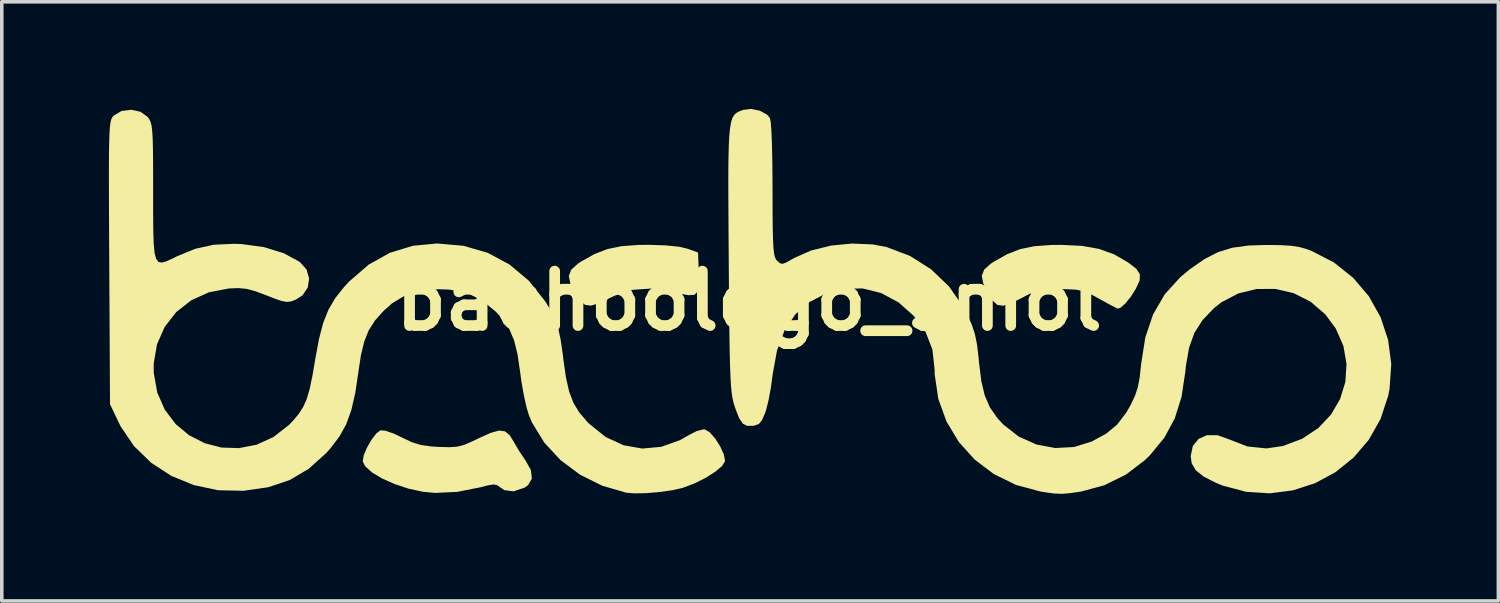
<source format=kicad_pcb>
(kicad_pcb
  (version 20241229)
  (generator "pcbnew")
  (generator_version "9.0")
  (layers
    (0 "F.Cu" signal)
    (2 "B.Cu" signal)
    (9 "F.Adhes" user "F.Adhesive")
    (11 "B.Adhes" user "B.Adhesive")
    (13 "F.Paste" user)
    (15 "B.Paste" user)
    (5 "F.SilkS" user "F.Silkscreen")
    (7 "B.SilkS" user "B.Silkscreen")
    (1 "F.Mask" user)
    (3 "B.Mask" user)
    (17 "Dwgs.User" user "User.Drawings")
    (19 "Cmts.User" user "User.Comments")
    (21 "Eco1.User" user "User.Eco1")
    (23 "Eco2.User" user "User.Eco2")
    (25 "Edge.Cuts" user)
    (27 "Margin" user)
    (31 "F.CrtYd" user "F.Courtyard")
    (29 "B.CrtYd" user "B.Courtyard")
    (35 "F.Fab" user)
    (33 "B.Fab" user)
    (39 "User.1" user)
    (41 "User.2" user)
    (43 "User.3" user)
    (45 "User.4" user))
  (footprint "bachoologo_smol"
    (layer "F.Cu")
    (at 17.928 5.378)
    (property "Reference" "bachoologo_smol" (at 0 0 0) (layer "F.SilkS") (effects (font (size 1.524 1.524) (thickness 0.3))))
    (attr board_only exclude_from_pos_files exclude_from_bom)
    (fp_poly (pts (xy -2.335 -1.556) (xy -1.957 -1.517) (xy -1.72 -1.461) (xy -1.427 -1.354) (xy -1.406 -0.786) (xy -1.402 -0.468) (xy -1.434 -0.269) (xy -1.526 -0.172) (xy -1.701 -0.16) (xy -1.982 -0.215) (xy -2.136 -0.255) (xy -2.715 -0.348) (xy -3.25 -0.312) (xy -3.771 -0.143) (xy -3.907 -0.077) (xy -4.216 0.07) (xy -4.434 0.133) (xy -4.595 0.108) (xy -4.73 -0.009) (xy -4.85 -0.186) (xy -5.002 -0.478) (xy -5.047 -0.698) (xy -4.978 -0.876) (xy -4.792 -1.043) (xy -4.711 -1.097) (xy -4.337 -1.308) (xy -3.973 -1.45) (xy -3.574 -1.533) (xy -3.099 -1.568) (xy -2.818 -1.571)) (stroke (width 0) (type solid)) (fill yes) (layer "F.SilkS"))
    (fp_poly (pts (xy 9.327 -1.541) (xy 9.807 -1.456) (xy 10.226 -1.304) (xy 10.618 -1.077) (xy 10.844 -0.903) (xy 10.947 -0.75) (xy 10.942 -0.578) (xy 10.84 -0.351) (xy 10.691 -0.114) (xy 10.533 0.08) (xy 10.395 0.196) (xy 10.331 0.215) (xy 10.249 0.178) (xy 10.075 0.088) (xy 9.845 -0.039) (xy 9.809 -0.06) (xy 9.561 -0.194) (xy 9.366 -0.274) (xy 9.166 -0.314) (xy 8.908 -0.328) (xy 8.711 -0.329) (xy 8.387 -0.324) (xy 8.156 -0.299) (xy 7.961 -0.243) (xy 7.749 -0.142) (xy 7.655 -0.091) (xy 7.343 0.066) (xy 7.121 0.135) (xy 6.957 0.112) (xy 6.823 -0.006) (xy 6.704 -0.192) (xy 6.561 -0.486) (xy 6.52 -0.703) (xy 6.586 -0.876) (xy 6.765 -1.038) (xy 6.855 -1.097) (xy 7.228 -1.308) (xy 7.592 -1.45) (xy 7.989 -1.532) (xy 8.463 -1.567) (xy 8.747 -1.57)) (stroke (width 0) (type solid)) (fill yes) (layer "F.SilkS"))
    (fp_poly (pts (xy -10.182 3.635) (xy -9.952 3.715) (xy -9.728 3.822) (xy -9.444 3.957) (xy -9.189 4.036) (xy -8.896 4.076) (xy -8.691 4.089) (xy -8.392 4.097) (xy -8.172 4.082) (xy -7.973 4.03) (xy -7.737 3.928) (xy -7.569 3.846) (xy -7.239 3.697) (xy -7.003 3.631) (xy -6.832 3.653) (xy -6.7 3.764) (xy -6.592 3.94) (xy -6.45 4.185) (xy -6.285 4.432) (xy -6.264 4.461) (xy -6.108 4.74) (xy -6.082 4.977) (xy -6.188 5.161) (xy -6.291 5.232) (xy -6.595 5.334) (xy -6.847 5.301) (xy -6.965 5.224) (xy -7.052 5.16) (xy -7.152 5.14) (xy -7.31 5.165) (xy -7.52 5.219) (xy -8.17 5.348) (xy -8.792 5.377) (xy -9.129 5.346) (xy -9.535 5.258) (xy -9.927 5.129) (xy -10.279 4.972) (xy -10.563 4.801) (xy -10.752 4.629) (xy -10.818 4.495) (xy -10.793 4.332) (xy -10.703 4.114) (xy -10.575 3.89) (xy -10.437 3.71) (xy -10.323 3.624)) (stroke (width 0) (type solid)) (fill yes) (layer "F.SilkS"))
    (fp_poly (pts (xy -17.044 -5.298) (xy -16.844 -5.155) (xy -16.841 -5.151) (xy -16.795 -5.085) (xy -16.759 -5.009) (xy -16.732 -4.903) (xy -16.714 -4.749) (xy -16.701 -4.53) (xy -16.694 -4.225) (xy -16.69 -3.817) (xy -16.689 -3.288) (xy -16.689 -3.068) (xy -16.689 -2.45) (xy -16.685 -1.966) (xy -16.673 -1.601) (xy -16.648 -1.342) (xy -16.604 -1.177) (xy -16.539 -1.092) (xy -16.445 -1.074) (xy -16.32 -1.108) (xy -16.157 -1.183) (xy -16.035 -1.244) (xy -15.513 -1.459) (xy -14.988 -1.574) (xy -14.408 -1.6) (xy -14.209 -1.592) (xy -13.585 -1.507) (xy -13.031 -1.336) (xy -12.583 -1.093) (xy -12.393 -0.881) (xy -12.32 -0.628) (xy -12.359 -0.373) (xy -12.508 -0.154) (xy -12.696 -0.034) (xy -12.829 0.015) (xy -12.951 0.028) (xy -13.1 -0.001) (xy -13.317 -0.077) (xy -13.517 -0.156) (xy -13.831 -0.273) (xy -14.072 -0.338) (xy -14.299 -0.359) (xy -14.564 -0.349) (xy -15.126 -0.242) (xy -15.624 -0.016) (xy -16.041 0.312) (xy -16.365 0.727) (xy -16.58 1.212) (xy -16.673 1.752) (xy -16.672 2.013) (xy -16.573 2.567) (xy -16.362 3.048) (xy -16.058 3.449) (xy -15.68 3.763) (xy -15.246 3.985) (xy -14.775 4.107) (xy -14.284 4.123) (xy -13.793 4.028) (xy -13.321 3.813) (xy -12.885 3.474) (xy -12.778 3.363) (xy -12.614 3.167) (xy -12.488 2.974) (xy -12.389 2.752) (xy -12.307 2.473) (xy -12.23 2.108) (xy -12.149 1.633) (xy -12.045 1.07) (xy -11.927 0.619) (xy -11.78 0.248) (xy -11.589 -0.078) (xy -11.339 -0.392) (xy -11.198 -0.545) (xy -10.656 -1.014) (xy -10.061 -1.347) (xy -9.411 -1.545) (xy -8.733 -1.609) (xy -7.996 -1.544) (xy -7.319 -1.347) (xy -6.709 -1.021) (xy -6.171 -0.569) (xy -5.713 0.004) (xy -5.696 0.03) (xy -5.538 0.289) (xy -5.424 0.526) (xy -5.34 0.781) (xy -5.275 1.091) (xy -5.216 1.497) (xy -5.198 1.647) (xy -5.126 2.15) (xy -5.037 2.541) (xy -4.918 2.854) (xy -4.755 3.123) (xy -4.533 3.383) (xy -4.471 3.446) (xy -4.012 3.813) (xy -3.513 4.043) (xy -2.989 4.135) (xy -2.455 4.086) (xy -1.926 3.896) (xy -1.671 3.75) (xy -1.466 3.646) (xy -1.281 3.598) (xy -1.237 3.599) (xy -1.102 3.678) (xy -0.949 3.851) (xy -0.808 4.072) (xy -0.706 4.296) (xy -0.672 4.478) (xy -0.673 4.493) (xy -0.753 4.622) (xy -0.939 4.78) (xy -1.199 4.946) (xy -1.502 5.1) (xy -1.816 5.222) (xy -1.867 5.238) (xy -2.156 5.303) (xy -2.513 5.353) (xy -2.883 5.384) (xy -3.215 5.39) (xy -3.44 5.371) (xy -4.114 5.175) (xy -4.734 4.866) (xy -5.28 4.458) (xy -5.734 3.968) (xy -6.075 3.411) (xy -6.163 3.207) (xy -6.234 2.968) (xy -6.308 2.634) (xy -6.374 2.256) (xy -6.409 2) (xy -6.483 1.498) (xy -6.579 1.106) (xy -6.712 0.792) (xy -6.894 0.519) (xy -7.091 0.302) (xy -7.483 -0.021) (xy -7.905 -0.223) (xy -8.391 -0.317) (xy -8.674 -0.328) (xy -9.19 -0.289) (xy -9.617 -0.163) (xy -9.994 0.065) (xy -10.237 0.282) (xy -10.475 0.548) (xy -10.65 0.821) (xy -10.777 1.137) (xy -10.871 1.532) (xy -10.941 1.996) (xy -11.029 2.585) (xy -11.139 3.06) (xy -11.281 3.454) (xy -11.471 3.797) (xy -11.719 4.124) (xy -11.848 4.267) (xy -12.331 4.702) (xy -12.863 5.016) (xy -13.465 5.218) (xy -14.16 5.318) (xy -14.164 5.318) (xy -14.873 5.302) (xy -15.552 5.158) (xy -16.182 4.899) (xy -16.744 4.533) (xy -17.221 4.071) (xy -17.594 3.523) (xy -17.662 3.387) (xy -17.897 2.891) (xy -17.918 -1.077) (xy -17.923 -1.939) (xy -17.926 -2.667) (xy -17.928 -3.273) (xy -17.928 -3.768) (xy -17.925 -4.164) (xy -17.919 -4.474) (xy -17.911 -4.708) (xy -17.899 -4.88) (xy -17.883 -5) (xy -17.863 -5.082) (xy -17.839 -5.136) (xy -17.809 -5.174) (xy -17.79 -5.194) (xy -17.573 -5.32) (xy -17.306 -5.354)) (stroke (width 0) (type solid)) (fill yes) (layer "F.SilkS"))
    (fp_poly (pts (xy 0.305 -5.327) (xy 0.509 -5.214) (xy 0.586 -5.123) (xy 0.608 -5.009) (xy 0.627 -4.767) (xy 0.642 -4.411) (xy 0.652 -3.961) (xy 0.658 -3.432) (xy 0.659 -3.121) (xy 0.66 -2.538) (xy 0.664 -2.084) (xy 0.672 -1.743) (xy 0.684 -1.496) (xy 0.702 -1.327) (xy 0.728 -1.219) (xy 0.761 -1.155) (xy 0.774 -1.14) (xy 0.858 -1.061) (xy 0.931 -1.037) (xy 1.036 -1.073) (xy 1.217 -1.174) (xy 1.268 -1.204) (xy 1.74 -1.412) (xy 2.294 -1.549) (xy 2.886 -1.607) (xy 3.466 -1.582) (xy 3.853 -1.509) (xy 4.507 -1.261) (xy 5.095 -0.889) (xy 5.599 -0.408) (xy 6.003 0.169) (xy 6.117 0.388) (xy 6.241 0.67) (xy 6.326 0.927) (xy 6.384 1.21) (xy 6.428 1.569) (xy 6.441 1.716) (xy 6.505 2.237) (xy 6.602 2.647) (xy 6.747 2.982) (xy 6.952 3.277) (xy 7.12 3.46) (xy 7.554 3.799) (xy 8.048 4.021) (xy 8.573 4.12) (xy 9.103 4.092) (xy 9.596 3.939) (xy 10.006 3.717) (xy 10.314 3.46) (xy 10.566 3.128) (xy 10.682 2.927) (xy 10.804 2.674) (xy 10.886 2.435) (xy 10.94 2.156) (xy 10.981 1.786) (xy 10.982 1.766) (xy 11.1 1.021) (xy 11.318 0.376) (xy 11.643 -0.183) (xy 12.082 -0.668) (xy 12.349 -0.889) (xy 12.759 -1.173) (xy 13.14 -1.368) (xy 13.537 -1.49) (xy 13.992 -1.552) (xy 14.493 -1.567) (xy 14.895 -1.562) (xy 15.192 -1.544) (xy 15.427 -1.506) (xy 15.641 -1.444) (xy 15.754 -1.401) (xy 16.381 -1.078) (xy 16.918 -0.65) (xy 17.357 -0.135) (xy 17.687 0.452) (xy 17.9 1.092) (xy 17.988 1.769) (xy 17.94 2.465) (xy 17.905 2.649) (xy 17.688 3.306) (xy 17.359 3.889) (xy 16.932 4.388) (xy 16.425 4.797) (xy 15.854 5.105) (xy 15.236 5.305) (xy 14.587 5.389) (xy 13.924 5.347) (xy 13.265 5.172) (xy 13.078 5.096) (xy 12.732 4.919) (xy 12.511 4.742) (xy 12.398 4.546) (xy 12.371 4.352) (xy 12.429 4.065) (xy 12.59 3.865) (xy 12.83 3.76) (xy 13.124 3.761) (xy 13.445 3.877) (xy 13.961 4.077) (xy 14.493 4.131) (xy 14.949 4.065) (xy 15.492 3.861) (xy 15.945 3.561) (xy 16.301 3.183) (xy 16.556 2.745) (xy 16.703 2.267) (xy 16.735 1.766) (xy 16.648 1.262) (xy 16.434 0.774) (xy 16.142 0.378) (xy 15.728 0.021) (xy 15.252 -0.218) (xy 14.739 -0.336) (xy 14.214 -0.334) (xy 13.702 -0.209) (xy 13.228 0.04) (xy 13.02 0.205) (xy 12.701 0.539) (xy 12.474 0.896) (xy 12.325 1.312) (xy 12.236 1.823) (xy 12.221 1.977) (xy 12.115 2.685) (xy 11.924 3.292) (xy 11.636 3.826) (xy 11.238 4.312) (xy 11.097 4.451) (xy 10.562 4.861) (xy 9.95 5.164) (xy 9.3 5.339) (xy 9.296 5.34) (xy 8.987 5.385) (xy 8.757 5.403) (xy 8.541 5.394) (xy 8.274 5.357) (xy 8.162 5.338) (xy 7.478 5.154) (xy 6.861 4.852) (xy 6.322 4.445) (xy 5.874 3.948) (xy 5.53 3.375) (xy 5.301 2.741) (xy 5.201 2.06) (xy 5.197 1.901) (xy 5.136 1.359) (xy 4.947 0.874) (xy 4.625 0.429) (xy 4.19 0.042) (xy 3.704 -0.219) (xy 3.185 -0.349) (xy 2.652 -0.344) (xy 2.193 -0.225) (xy 1.694 0.03) (xy 1.295 0.379) (xy 0.993 0.83) (xy 0.784 1.388) (xy 0.662 2.06) (xy 0.662 2.064) (xy 0.614 2.42) (xy 0.551 2.765) (xy 0.483 3.042) (xy 0.456 3.126) (xy 0.365 3.339) (xy 0.274 3.449) (xy 0.148 3.493) (xy 0.102 3.499) (xy -0.058 3.497) (xy -0.176 3.435) (xy -0.274 3.289) (xy -0.374 3.034) (xy -0.41 2.928) (xy -0.44 2.825) (xy -0.466 2.707) (xy -0.487 2.56) (xy -0.505 2.372) (xy -0.519 2.128) (xy -0.531 1.816) (xy -0.541 1.423) (xy -0.549 0.936) (xy -0.556 0.341) (xy -0.562 -0.375) (xy -0.568 -1.196) (xy -0.574 -2.061) (xy -0.578 -2.791) (xy -0.58 -3.398) (xy -0.577 -3.895) (xy -0.568 -4.293) (xy -0.554 -4.604) (xy -0.531 -4.84) (xy -0.5 -5.013) (xy -0.46 -5.135) (xy -0.408 -5.217) (xy -0.344 -5.272) (xy -0.267 -5.311) (xy -0.175 -5.347) (xy -0.169 -5.349) (xy 0.059 -5.378)) (stroke (width 0) (type solid)) (fill yes) (layer "F.SilkS")))
  (gr_rect
    (start -3 -3)
    (end 38.916 13.781)
    (stroke (width 0.1) (type default))
    (fill no)
    (layer "Edge.Cuts")))
</source>
